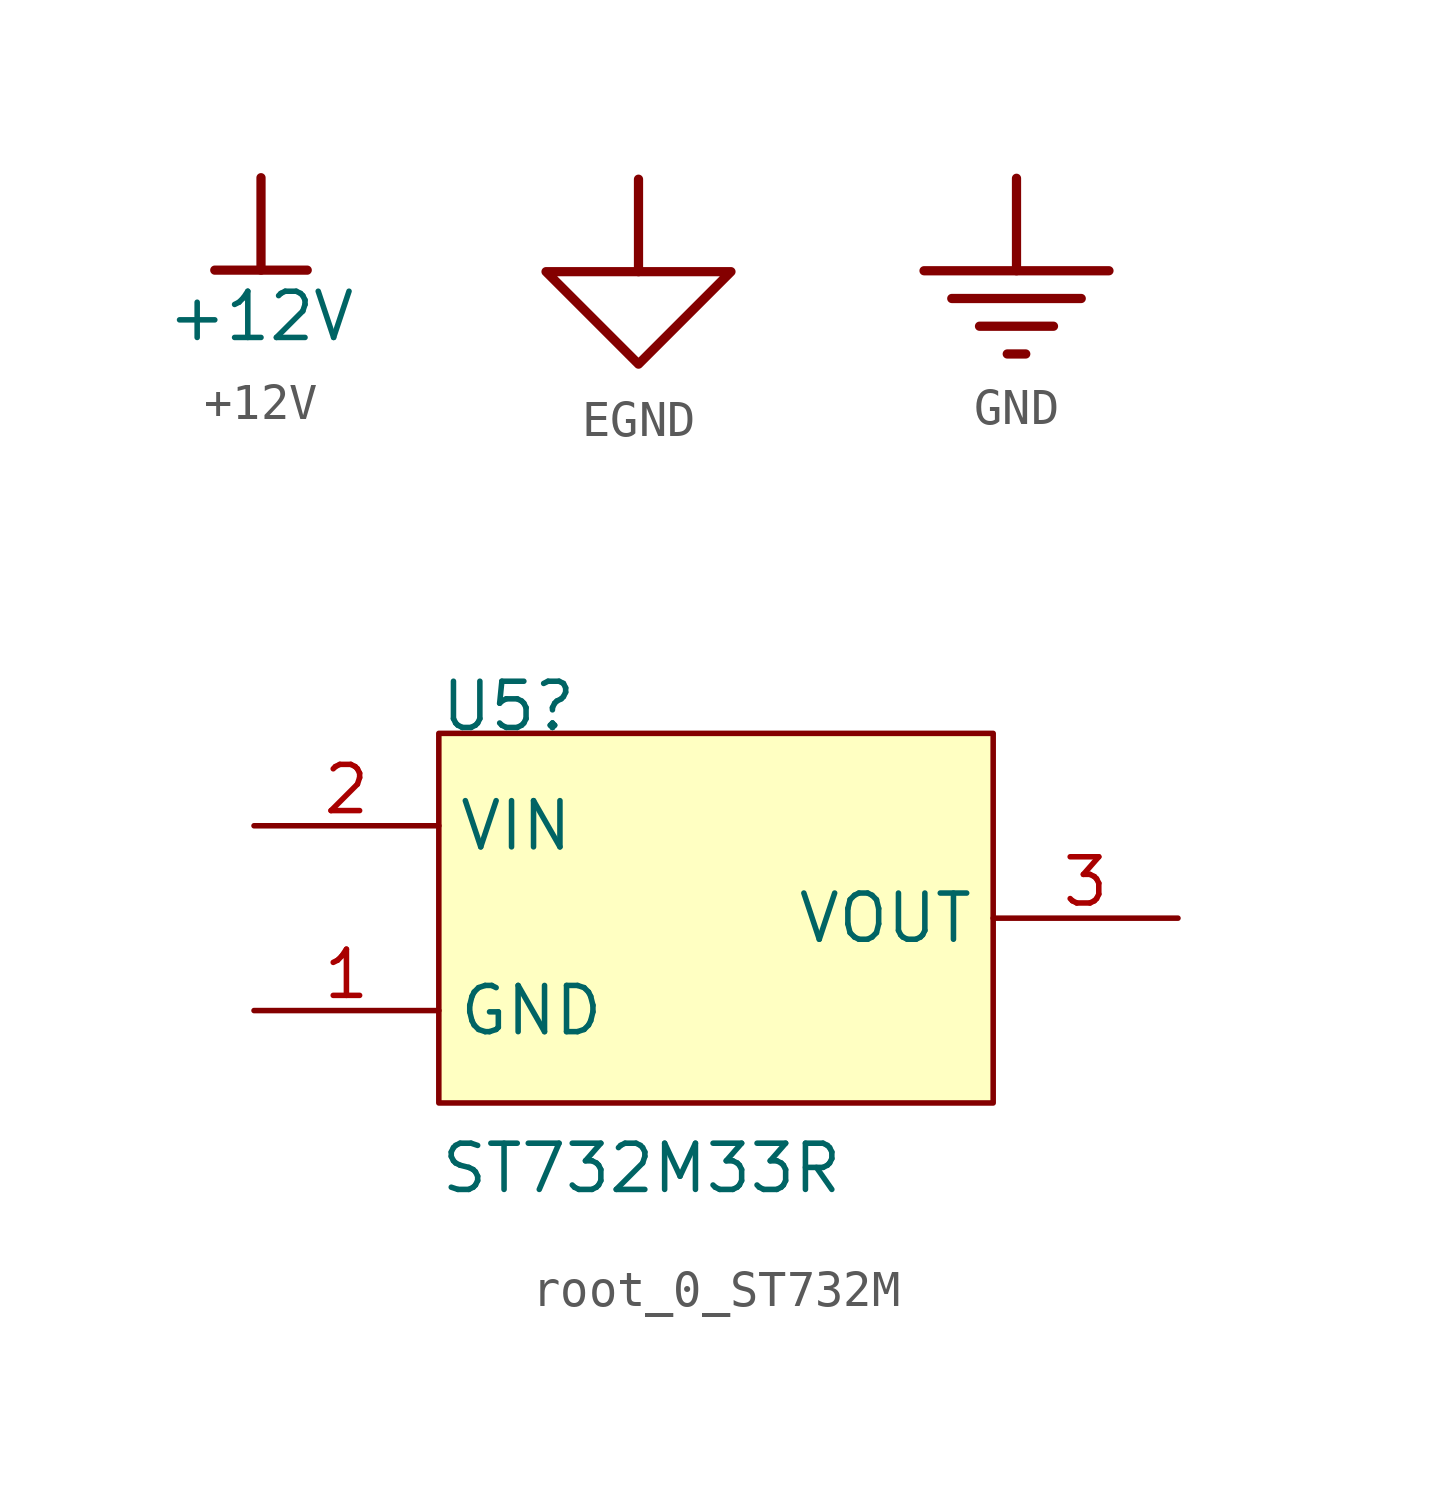
<source format=kicad_sym>
(kicad_symbol_lib
  (version 20220914)
  (generator kicad_symbol_editor)
  (symbol "+12V"
    (power)
    (property "Reference" "#PWR0180"
      (at 0 0 0)
      (effects (font (size 1.27 1.27)) hide))
    (property "Value" "+12V"
      (at 0 -3.81 0)
      (effects (font (size 1.27 1.27))))
    (symbol "+12V_0_0"
      (polyline (pts (xy -1.27 -2.54) (xy 1.27 -2.54)) (stroke (width 0.254) (type solid)) (fill (type none)))
      (polyline (pts (xy 0 0) (xy 0 -2.54)) (stroke (width 0.254) (type solid)) (fill (type none)))
      (pin power_in line (at 0 0 0) (length 0) hide (name "+12V" (effects (font (size 1.27 1.27)))) (number "" (effects (font (size 1.27 1.27)))))))
  (symbol "EGND"
    (power)
    (property "Reference" "#PWR0178"
      (at 0 0 0)
      (effects (font (size 1.27 1.27)) hide))
    (symbol "EGND_0_0"
      (polyline (pts (xy 0 0) (xy 0 -2.54)) (stroke (width 0.254) (type solid)) (fill (type none)))
      (polyline (pts (xy -2.54 -2.54) (xy 2.54 -2.54) (xy 0 -5.08) (xy -2.54 -2.54)) (stroke (width 0.254) (type solid)) (fill (type none)))
      (pin power_in line (at 0 0 0) (length 0) hide (name "EGND" (effects (font (size 1.27 1.27)))) (number "" (effects (font (size 1.27 1.27)))))))
  (symbol "GND"
    (power)
    (property "Reference" "#PWR0108"
      (at 0 0 0)
      (effects (font (size 1.27 1.27)) hide))
    (symbol "GND_0_0"
      (polyline (pts (xy -2.54 -2.54) (xy 2.54 -2.54)) (stroke (width 0.254) (type solid)) (fill (type none)))
      (polyline (pts (xy -1.778 -3.302) (xy 1.778 -3.302)) (stroke (width 0.254) (type solid)) (fill (type none)))
      (polyline (pts (xy -1.016 -4.064) (xy 1.016 -4.064)) (stroke (width 0.254) (type solid)) (fill (type none)))
      (polyline (pts (xy -0.254 -4.826) (xy 0.254 -4.826)) (stroke (width 0.254) (type solid)) (fill (type none)))
      (polyline (pts (xy 0 0) (xy 0 -2.54)) (stroke (width 0.254) (type solid)) (fill (type none)))
      (pin power_in line (at 0 0 0) (length 0) hide (name "GND" (effects (font (size 1.27 1.27)))) (number "" (effects (font (size 1.27 1.27)))))))
  (symbol "root_0_ST732M"
    (property "Reference" "U5"
      (at 0 0 0)
      (effects (font (size 1.27 1.27)) (justify left bottom)))
    (property "Value" "ST732M33R"
      (at 0 -12.7 0)
      (effects (font (size 1.27 1.27)) (justify left bottom)))
    (symbol "root_0_ST732M_1_0"
      (rectangle (start 15.24 0) (end 0 -10.16) (stroke (width 0) (type solid)) (fill (type background)))
      (pin power_in line (at -5.08 -7.62 0) (length 5.08) (name "GND" (effects (font (size 1.27 1.27)))) (number "1" (effects (font (size 1.27 1.27)))))
      (pin passive line (at -5.08 -2.54 0) (length 5.08) (name "VIN" (effects (font (size 1.27 1.27)))) (number "2" (effects (font (size 1.27 1.27)))))
      (pin passive line (at 20.32 -5.08 180) (length 5.08) (name "VOUT" (effects (font (size 1.27 1.27)))) (number "3" (effects (font (size 1.27 1.27))))))))
</source>
